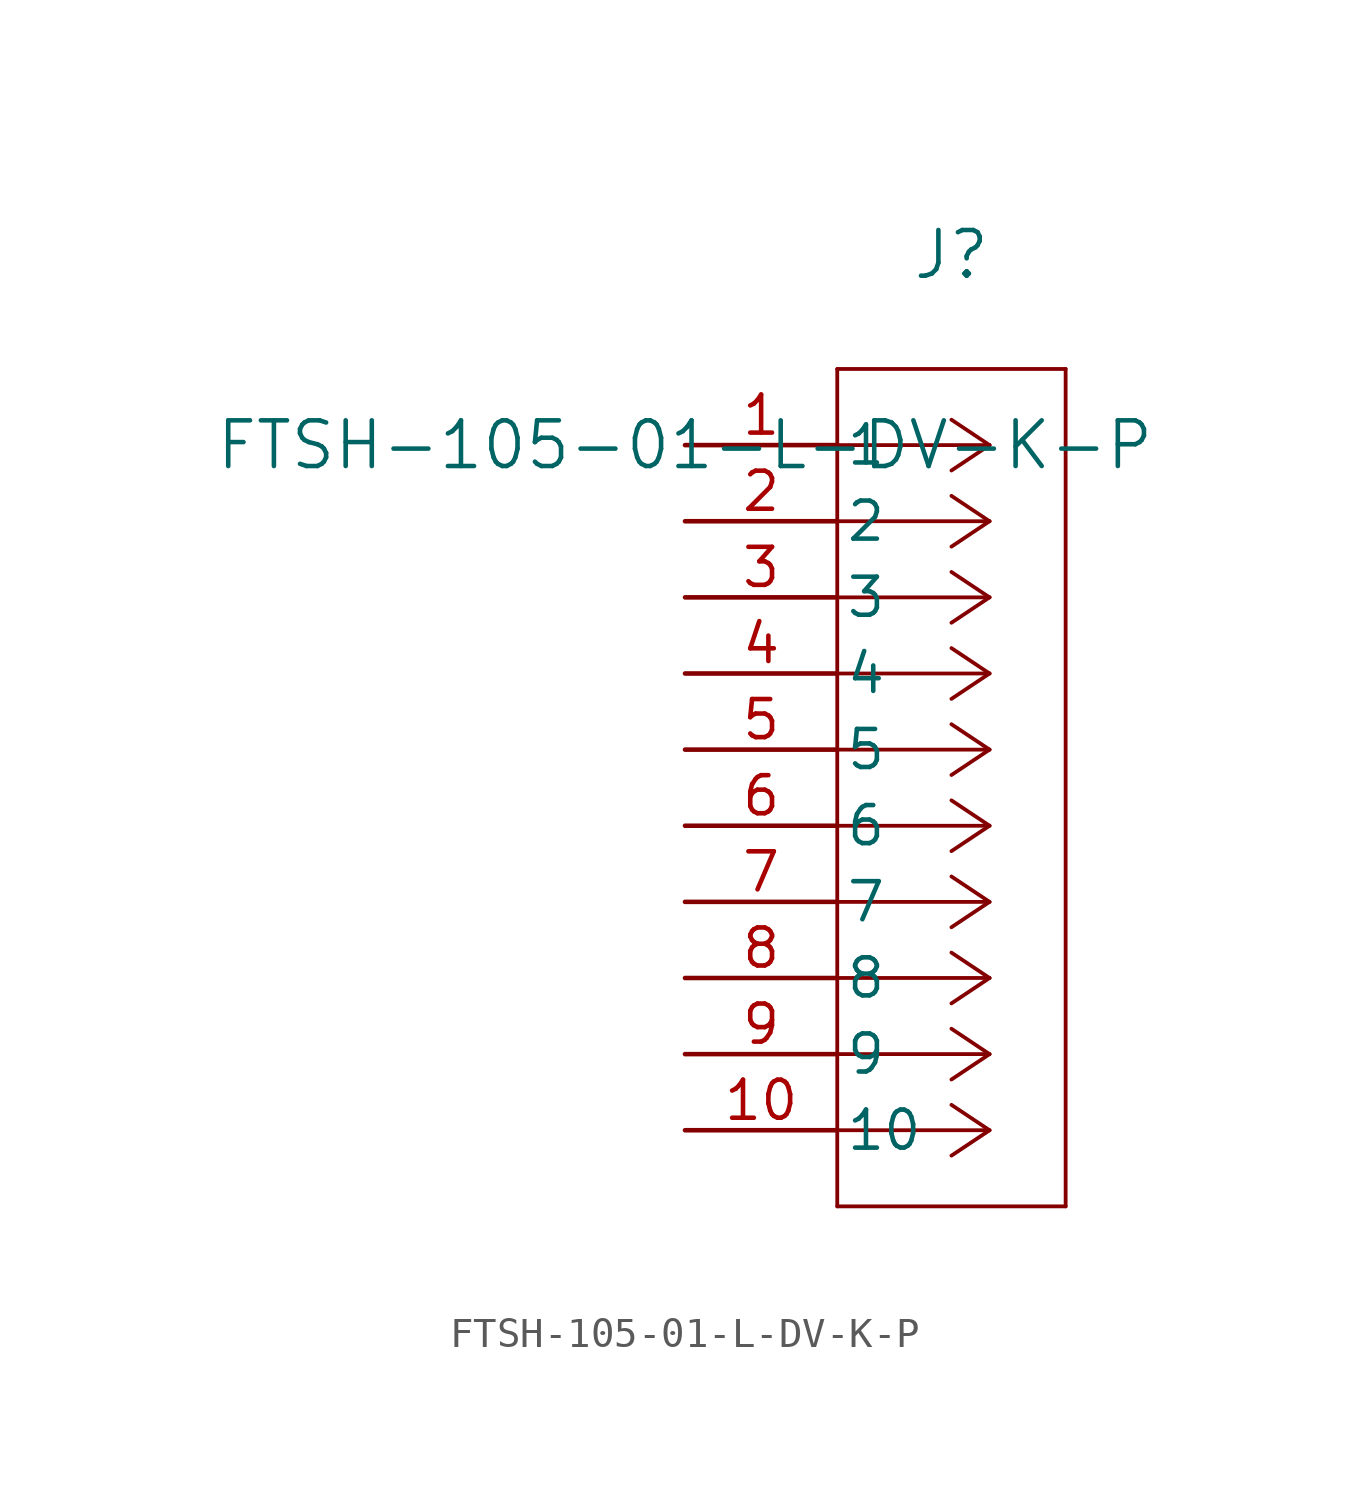
<source format=kicad_sym>
(kicad_symbol_lib
  (version 20211014)
  (generator kicad_symbol_editor)
  (symbol "FTSH-105-01-L-DV-K-P"
    (pin_names
      (offset 0.254))
    (property "Reference" "J"
      (at 8.89 6.35 0)
      (effects (font (size 1.524 1.524))))
    (property "Value" "FTSH-105-01-L-DV-K-P"
      (at 0 0 0)
      (effects (font (size 1.524 1.524))))
    (symbol "FTSH-105-01-L-DV-K-P_0_1"
      (polyline (pts (xy 10.16 0) (xy 5.08 0)) (stroke (width 0.127) (type default) (color 0 0 0 0)) (fill (type none)))
      (polyline (pts (xy 10.16 -2.54) (xy 5.08 -2.54)) (stroke (width 0.127) (type default) (color 0 0 0 0)) (fill (type none)))
      (polyline (pts (xy 10.16 -5.08) (xy 5.08 -5.08)) (stroke (width 0.127) (type default) (color 0 0 0 0)) (fill (type none)))
      (polyline (pts (xy 10.16 -7.62) (xy 5.08 -7.62)) (stroke (width 0.127) (type default) (color 0 0 0 0)) (fill (type none)))
      (polyline (pts (xy 10.16 -10.16) (xy 5.08 -10.16)) (stroke (width 0.127) (type default) (color 0 0 0 0)) (fill (type none)))
      (polyline (pts (xy 10.16 -12.7) (xy 5.08 -12.7)) (stroke (width 0.127) (type default) (color 0 0 0 0)) (fill (type none)))
      (polyline (pts (xy 10.16 -15.24) (xy 5.08 -15.24)) (stroke (width 0.127) (type default) (color 0 0 0 0)) (fill (type none)))
      (polyline (pts (xy 10.16 -17.78) (xy 5.08 -17.78)) (stroke (width 0.127) (type default) (color 0 0 0 0)) (fill (type none)))
      (polyline (pts (xy 10.16 -20.32) (xy 5.08 -20.32)) (stroke (width 0.127) (type default) (color 0 0 0 0)) (fill (type none)))
      (polyline (pts (xy 10.16 -22.86) (xy 5.08 -22.86)) (stroke (width 0.127) (type default) (color 0 0 0 0)) (fill (type none)))
      (polyline (pts (xy 10.16 0) (xy 8.89 0.847)) (stroke (width 0.127) (type default) (color 0 0 0 0)) (fill (type none)))
      (polyline (pts (xy 10.16 -2.54) (xy 8.89 -1.693)) (stroke (width 0.127) (type default) (color 0 0 0 0)) (fill (type none)))
      (polyline (pts (xy 10.16 -5.08) (xy 8.89 -4.233)) (stroke (width 0.127) (type default) (color 0 0 0 0)) (fill (type none)))
      (polyline (pts (xy 10.16 -7.62) (xy 8.89 -6.773)) (stroke (width 0.127) (type default) (color 0 0 0 0)) (fill (type none)))
      (polyline (pts (xy 10.16 -10.16) (xy 8.89 -9.313)) (stroke (width 0.127) (type default) (color 0 0 0 0)) (fill (type none)))
      (polyline (pts (xy 10.16 -12.7) (xy 8.89 -11.853)) (stroke (width 0.127) (type default) (color 0 0 0 0)) (fill (type none)))
      (polyline (pts (xy 10.16 -15.24) (xy 8.89 -14.393)) (stroke (width 0.127) (type default) (color 0 0 0 0)) (fill (type none)))
      (polyline (pts (xy 10.16 -17.78) (xy 8.89 -16.933)) (stroke (width 0.127) (type default) (color 0 0 0 0)) (fill (type none)))
      (polyline (pts (xy 10.16 -20.32) (xy 8.89 -19.473)) (stroke (width 0.127) (type default) (color 0 0 0 0)) (fill (type none)))
      (polyline (pts (xy 10.16 -22.86) (xy 8.89 -22.013)) (stroke (width 0.127) (type default) (color 0 0 0 0)) (fill (type none)))
      (polyline (pts (xy 10.16 0) (xy 8.89 -0.847)) (stroke (width 0.127) (type default) (color 0 0 0 0)) (fill (type none)))
      (polyline (pts (xy 10.16 -2.54) (xy 8.89 -3.387)) (stroke (width 0.127) (type default) (color 0 0 0 0)) (fill (type none)))
      (polyline (pts (xy 10.16 -5.08) (xy 8.89 -5.927)) (stroke (width 0.127) (type default) (color 0 0 0 0)) (fill (type none)))
      (polyline (pts (xy 10.16 -7.62) (xy 8.89 -8.467)) (stroke (width 0.127) (type default) (color 0 0 0 0)) (fill (type none)))
      (polyline (pts (xy 10.16 -10.16) (xy 8.89 -11.007)) (stroke (width 0.127) (type default) (color 0 0 0 0)) (fill (type none)))
      (polyline (pts (xy 10.16 -12.7) (xy 8.89 -13.547)) (stroke (width 0.127) (type default) (color 0 0 0 0)) (fill (type none)))
      (polyline (pts (xy 10.16 -15.24) (xy 8.89 -16.087)) (stroke (width 0.127) (type default) (color 0 0 0 0)) (fill (type none)))
      (polyline (pts (xy 10.16 -17.78) (xy 8.89 -18.627)) (stroke (width 0.127) (type default) (color 0 0 0 0)) (fill (type none)))
      (polyline (pts (xy 10.16 -20.32) (xy 8.89 -21.167)) (stroke (width 0.127) (type default) (color 0 0 0 0)) (fill (type none)))
      (polyline (pts (xy 10.16 -22.86) (xy 8.89 -23.707)) (stroke (width 0.127) (type default) (color 0 0 0 0)) (fill (type none)))
      (polyline (pts (xy 5.08 2.54) (xy 5.08 -25.4)) (stroke (width 0.127) (type default) (color 0 0 0 0)) (fill (type none)))
      (polyline (pts (xy 5.08 -25.4) (xy 12.7 -25.4)) (stroke (width 0.127) (type default) (color 0 0 0 0)) (fill (type none)))
      (polyline (pts (xy 12.7 -25.4) (xy 12.7 2.54)) (stroke (width 0.127) (type default) (color 0 0 0 0)) (fill (type none)))
      (polyline (pts (xy 12.7 2.54) (xy 5.08 2.54)) (stroke (width 0.127) (type default) (color 0 0 0 0)) (fill (type none)))
      (pin unspecified line (at 0 0 0) (length 5.08) (name "1" (effects (font (size 1.27 1.27)))) (number "1" (effects (font (size 1.27 1.27)))))
      (pin unspecified line (at 0 -2.54 0) (length 5.08) (name "2" (effects (font (size 1.27 1.27)))) (number "2" (effects (font (size 1.27 1.27)))))
      (pin unspecified line (at 0 -5.08 0) (length 5.08) (name "3" (effects (font (size 1.27 1.27)))) (number "3" (effects (font (size 1.27 1.27)))))
      (pin unspecified line (at 0 -7.62 0) (length 5.08) (name "4" (effects (font (size 1.27 1.27)))) (number "4" (effects (font (size 1.27 1.27)))))
      (pin unspecified line (at 0 -10.16 0) (length 5.08) (name "5" (effects (font (size 1.27 1.27)))) (number "5" (effects (font (size 1.27 1.27)))))
      (pin unspecified line (at 0 -12.7 0) (length 5.08) (name "6" (effects (font (size 1.27 1.27)))) (number "6" (effects (font (size 1.27 1.27)))))
      (pin unspecified line (at 0 -15.24 0) (length 5.08) (name "7" (effects (font (size 1.27 1.27)))) (number "7" (effects (font (size 1.27 1.27)))))
      (pin unspecified line (at 0 -17.78 0) (length 5.08) (name "8" (effects (font (size 1.27 1.27)))) (number "8" (effects (font (size 1.27 1.27)))))
      (pin unspecified line (at 0 -20.32 0) (length 5.08) (name "9" (effects (font (size 1.27 1.27)))) (number "9" (effects (font (size 1.27 1.27)))))
      (pin unspecified line (at 0 -22.86 0) (length 5.08) (name "10" (effects (font (size 1.27 1.27)))) (number "10" (effects (font (size 1.27 1.27))))))))
</source>
